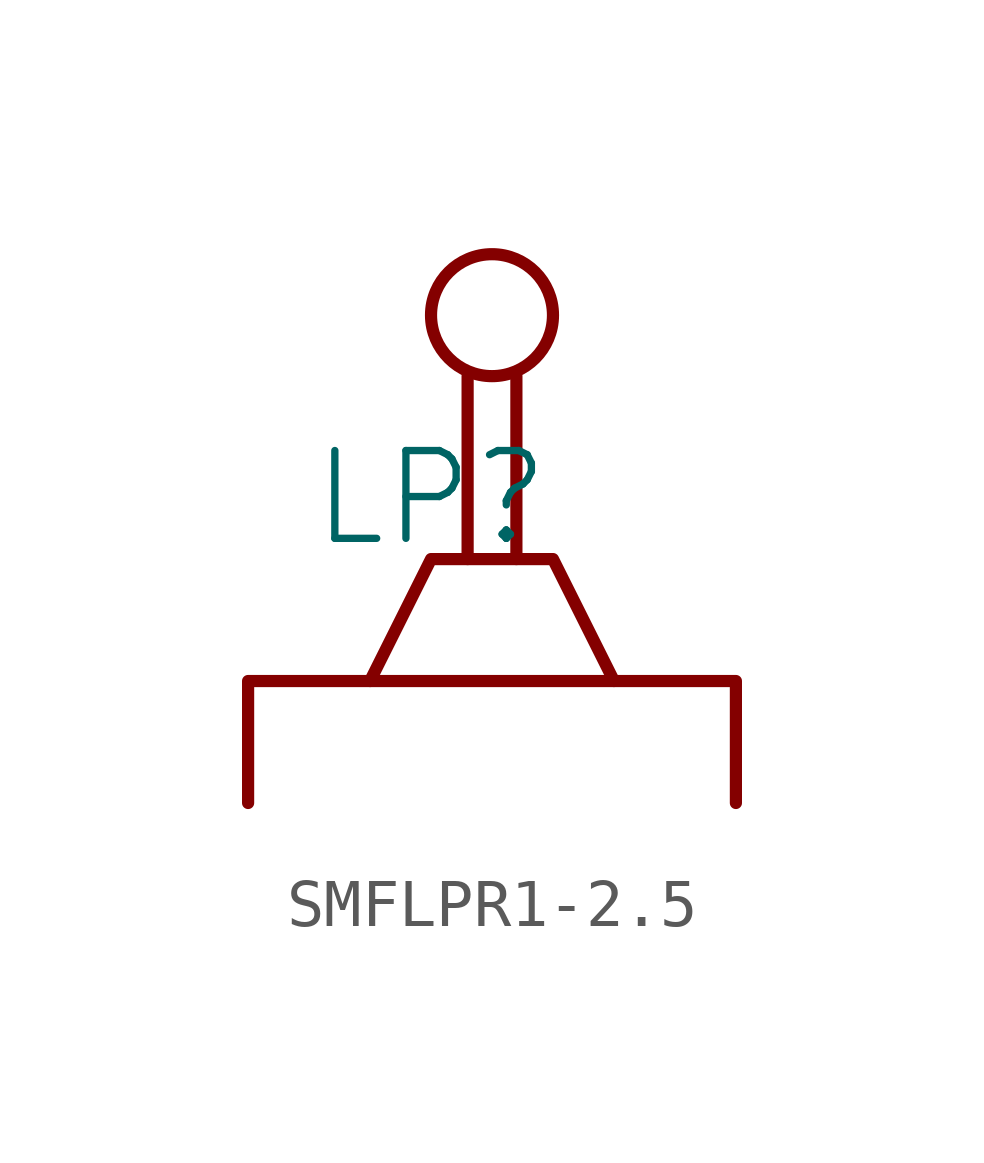
<source format=kicad_sym>
(kicad_symbol_lib
  (version 20231120)
  (generator "kicad_symbol_editor")
  (generator_version "8.0")
  (symbol "SMFLPR1-2.5"
    (property "Reference" "LP"
      (at -1.27 1.27 0)
      (effects (font (size 1.829 1.829))))
    (symbol "SMFLPR1-2.5_1_0"
      (polyline (pts (xy -0.508 0) (xy -0.508 3.81)) (stroke (width 0.254) (type solid)) (fill (type none)))
      (polyline (pts (xy 0.508 0) (xy 0.508 3.81)) (stroke (width 0.254) (type solid)) (fill (type none)))
      (polyline (pts (xy -5.08 -5.08) (xy -5.08 -2.54) (xy 5.08 -2.54) (xy 5.08 -5.08)) (stroke (width 0.254) (type solid)) (fill (type none)))
      (polyline (pts (xy -2.54 -2.54) (xy -1.27 0) (xy 1.27 0) (xy 2.54 -2.54)) (stroke (width 0.254) (type solid)) (fill (type none)))
      (circle (center 0 5.08) (radius 1.27) (stroke (width 0.254) (type solid)) (fill (type none))))))
</source>
